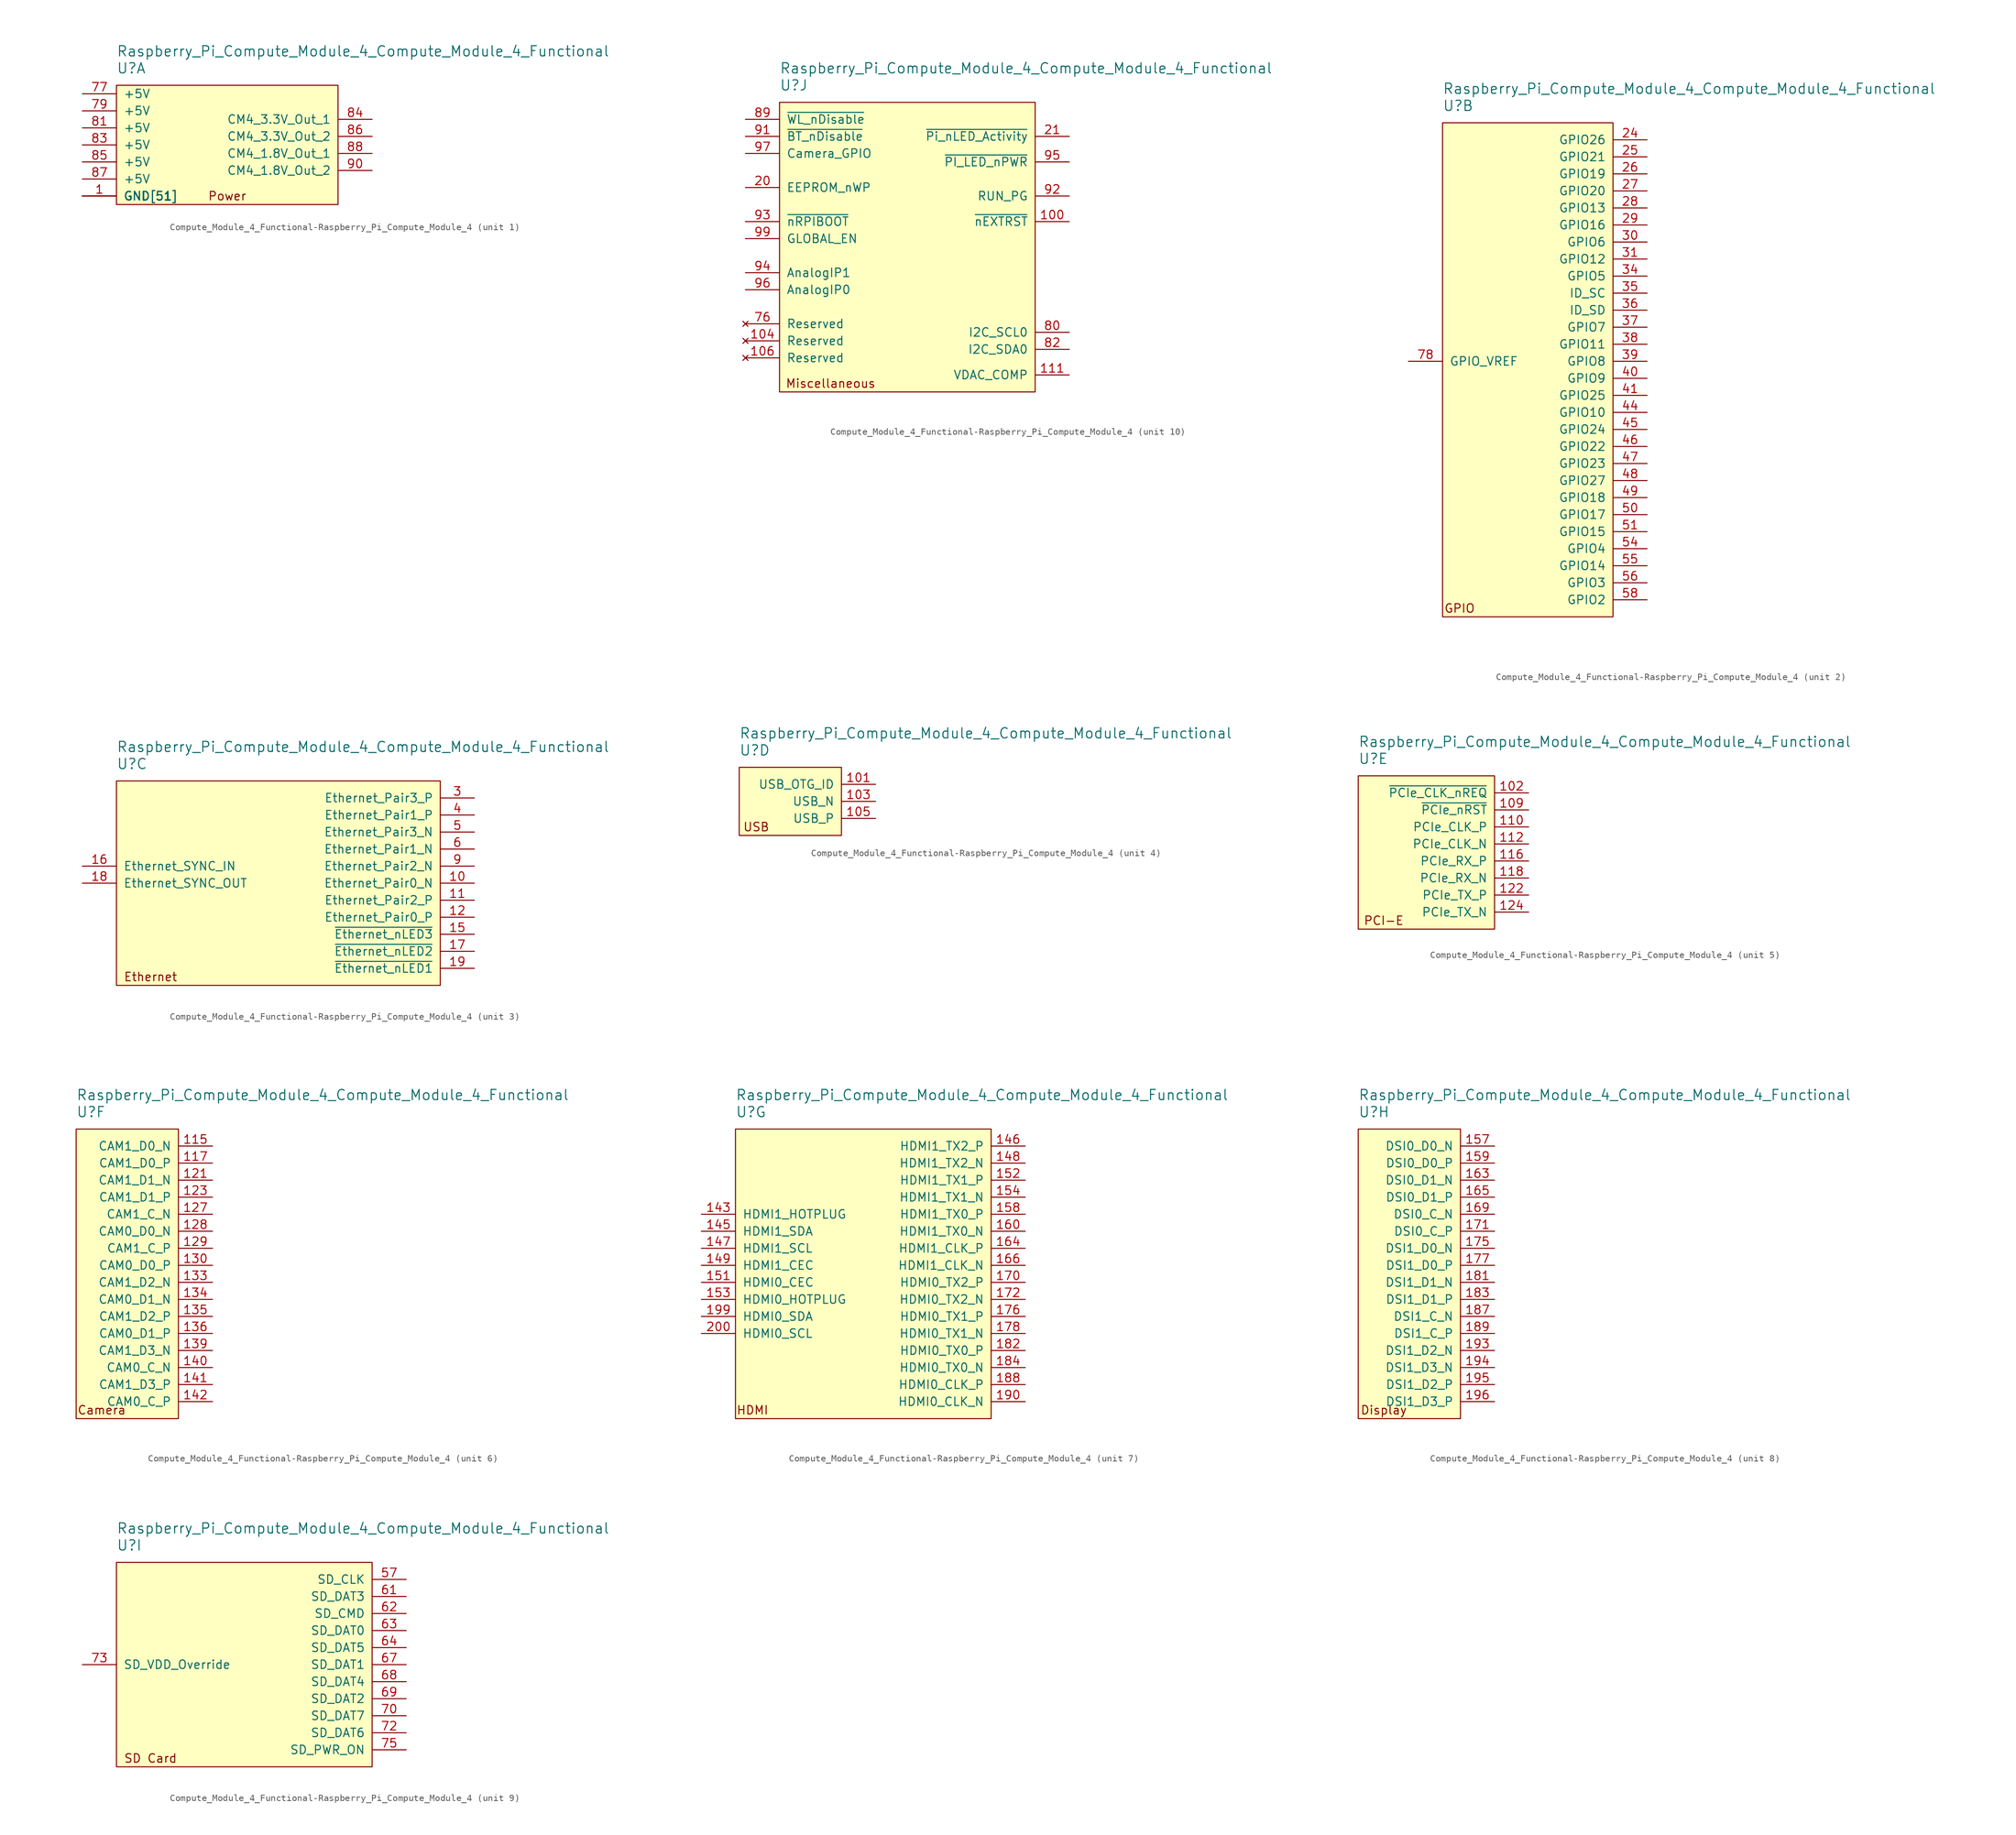
<source format=kicad_sym>
(kicad_symbol_lib
  (version 20220914)
  (generator kicad_symbol_editor)
  (symbol "Compute_Module_4_Functional-Raspberry_Pi_Compute_Module_4"
    (pin_names
      (offset 1.016))
    (property "Reference" "U"
      (at 5.08 5.08 0)
      (effects (font (size 1.524 1.524)) (justify left)))
    (property "Value" "Raspberry_Pi_Compute_Module_4_Compute_Module_4_Functional"
      (at 5.08 7.62 0)
      (effects (font (size 1.524 1.524)) (justify left)))
    (property "ki_locked" ""
      (at 0 0 0)
      (effects (font (size 1.27 1.27))))
    (symbol "Compute_Module_4_Functional-Raspberry_Pi_Compute_Module_4_1_0"
      (text "Power" (at 21.59 -13.97 0) (effects (font (size 1.27 1.27)))))
    (symbol "Compute_Module_4_Functional-Raspberry_Pi_Compute_Module_4_1_1"
      (rectangle (start 5.08 2.54) (end 38.1 -15.24) (stroke (width 0) (type solid)) (fill (type background)))
      (pin power_in line (at 0 -13.97 0) (length 5.08) (name "GND[51]" (effects (font (size 1.27 1.27)))) (number "1" (effects (font (size 1.27 1.27)))))
      (pin power_in line (at 0 -13.97 0) (length 5.08) (name "GND[51]" (effects (font (size 1.27 1.27)))) (number "107" (effects (font (size 0 0)))))
      (pin power_in line (at 0 -13.97 0) (length 5.08) (name "GND[51]" (effects (font (size 1.27 1.27)))) (number "108" (effects (font (size 0 0)))))
      (pin power_in line (at 0 -13.97 0) (length 5.08) (name "GND[51]" (effects (font (size 1.27 1.27)))) (number "113" (effects (font (size 0 0)))))
      (pin power_in line (at 0 -13.97 0) (length 5.08) (name "GND[51]" (effects (font (size 1.27 1.27)))) (number "114" (effects (font (size 0 0)))))
      (pin power_in line (at 0 -13.97 0) (length 5.08) (name "GND[51]" (effects (font (size 1.27 1.27)))) (number "119" (effects (font (size 0 0)))))
      (pin power_in line (at 0 -13.97 0) (length 5.08) (name "GND[51]" (effects (font (size 1.27 1.27)))) (number "120" (effects (font (size 0 0)))))
      (pin power_in line (at 0 -13.97 0) (length 5.08) (name "GND[51]" (effects (font (size 1.27 1.27)))) (number "125" (effects (font (size 0 0)))))
      (pin power_in line (at 0 -13.97 0) (length 5.08) (name "GND[51]" (effects (font (size 1.27 1.27)))) (number "126" (effects (font (size 0 0)))))
      (pin power_in line (at 0 -13.97 0) (length 5.08) (name "GND[51]" (effects (font (size 1.27 1.27)))) (number "13" (effects (font (size 0 0)))))
      (pin power_in line (at 0 -13.97 0) (length 5.08) (name "GND[51]" (effects (font (size 1.27 1.27)))) (number "131" (effects (font (size 0 0)))))
      (pin power_in line (at 0 -13.97 0) (length 5.08) (name "GND[51]" (effects (font (size 1.27 1.27)))) (number "132" (effects (font (size 0 0)))))
      (pin power_in line (at 0 -13.97 0) (length 5.08) (name "GND[51]" (effects (font (size 1.27 1.27)))) (number "137" (effects (font (size 0 0)))))
      (pin power_in line (at 0 -13.97 0) (length 5.08) (name "GND[51]" (effects (font (size 1.27 1.27)))) (number "138" (effects (font (size 0 0)))))
      (pin power_in line (at 0 -13.97 0) (length 5.08) (name "GND[51]" (effects (font (size 1.27 1.27)))) (number "14" (effects (font (size 0 0)))))
      (pin power_in line (at 0 -13.97 0) (length 5.08) (name "GND[51]" (effects (font (size 1.27 1.27)))) (number "144" (effects (font (size 0 0)))))
      (pin power_in line (at 0 -13.97 0) (length 5.08) (name "GND[51]" (effects (font (size 1.27 1.27)))) (number "150" (effects (font (size 0 0)))))
      (pin power_in line (at 0 -13.97 0) (length 5.08) (name "GND[51]" (effects (font (size 1.27 1.27)))) (number "155" (effects (font (size 0 0)))))
      (pin power_in line (at 0 -13.97 0) (length 5.08) (name "GND[51]" (effects (font (size 1.27 1.27)))) (number "156" (effects (font (size 0 0)))))
      (pin power_in line (at 0 -13.97 0) (length 5.08) (name "GND[51]" (effects (font (size 1.27 1.27)))) (number "161" (effects (font (size 0 0)))))
      (pin power_in line (at 0 -13.97 0) (length 5.08) (name "GND[51]" (effects (font (size 1.27 1.27)))) (number "162" (effects (font (size 0 0)))))
      (pin power_in line (at 0 -13.97 0) (length 5.08) (name "GND[51]" (effects (font (size 1.27 1.27)))) (number "167" (effects (font (size 0 0)))))
      (pin power_in line (at 0 -13.97 0) (length 5.08) (name "GND[51]" (effects (font (size 1.27 1.27)))) (number "168" (effects (font (size 0 0)))))
      (pin power_in line (at 0 -13.97 0) (length 5.08) (name "GND[51]" (effects (font (size 1.27 1.27)))) (number "173" (effects (font (size 0 0)))))
      (pin power_in line (at 0 -13.97 0) (length 5.08) (name "GND[51]" (effects (font (size 1.27 1.27)))) (number "174" (effects (font (size 0 0)))))
      (pin power_in line (at 0 -13.97 0) (length 5.08) (name "GND[51]" (effects (font (size 1.27 1.27)))) (number "179" (effects (font (size 0 0)))))
      (pin power_in line (at 0 -13.97 0) (length 5.08) (name "GND[51]" (effects (font (size 1.27 1.27)))) (number "180" (effects (font (size 0 0)))))
      (pin power_in line (at 0 -13.97 0) (length 5.08) (name "GND[51]" (effects (font (size 1.27 1.27)))) (number "185" (effects (font (size 0 0)))))
      (pin power_in line (at 0 -13.97 0) (length 5.08) (name "GND[51]" (effects (font (size 1.27 1.27)))) (number "186" (effects (font (size 0 0)))))
      (pin power_in line (at 0 -13.97 0) (length 5.08) (name "GND[51]" (effects (font (size 1.27 1.27)))) (number "191" (effects (font (size 0 0)))))
      (pin power_in line (at 0 -13.97 0) (length 5.08) (name "GND[51]" (effects (font (size 1.27 1.27)))) (number "192" (effects (font (size 0 0)))))
      (pin power_in line (at 0 -13.97 0) (length 5.08) (name "GND[51]" (effects (font (size 1.27 1.27)))) (number "197" (effects (font (size 0 0)))))
      (pin power_in line (at 0 -13.97 0) (length 5.08) (name "GND[51]" (effects (font (size 1.27 1.27)))) (number "198" (effects (font (size 0 0)))))
      (pin power_in line (at 0 -13.97 0) (length 5.08) (name "GND[51]" (effects (font (size 1.27 1.27)))) (number "2" (effects (font (size 0 0)))))
      (pin power_in line (at 0 -13.97 0) (length 5.08) (name "GND[51]" (effects (font (size 1.27 1.27)))) (number "22" (effects (font (size 0 0)))))
      (pin power_in line (at 0 -13.97 0) (length 5.08) (name "GND[51]" (effects (font (size 1.27 1.27)))) (number "23" (effects (font (size 0 0)))))
      (pin power_in line (at 0 -13.97 0) (length 5.08) (name "GND[51]" (effects (font (size 1.27 1.27)))) (number "32" (effects (font (size 0 0)))))
      (pin power_in line (at 0 -13.97 0) (length 5.08) (name "GND[51]" (effects (font (size 1.27 1.27)))) (number "33" (effects (font (size 0 0)))))
      (pin power_in line (at 0 -13.97 0) (length 5.08) (name "GND[51]" (effects (font (size 1.27 1.27)))) (number "42" (effects (font (size 0 0)))))
      (pin power_in line (at 0 -13.97 0) (length 5.08) (name "GND[51]" (effects (font (size 1.27 1.27)))) (number "43" (effects (font (size 0 0)))))
      (pin power_in line (at 0 -13.97 0) (length 5.08) (name "GND[51]" (effects (font (size 1.27 1.27)))) (number "52" (effects (font (size 0 0)))))
      (pin power_in line (at 0 -13.97 0) (length 5.08) (name "GND[51]" (effects (font (size 1.27 1.27)))) (number "53" (effects (font (size 0 0)))))
      (pin power_in line (at 0 -13.97 0) (length 5.08) (name "GND[51]" (effects (font (size 1.27 1.27)))) (number "59" (effects (font (size 0 0)))))
      (pin power_in line (at 0 -13.97 0) (length 5.08) (name "GND[51]" (effects (font (size 1.27 1.27)))) (number "60" (effects (font (size 0 0)))))
      (pin power_in line (at 0 -13.97 0) (length 5.08) (name "GND[51]" (effects (font (size 1.27 1.27)))) (number "65" (effects (font (size 0 0)))))
      (pin power_in line (at 0 -13.97 0) (length 5.08) (name "GND[51]" (effects (font (size 1.27 1.27)))) (number "66" (effects (font (size 0 0)))))
      (pin power_in line (at 0 -13.97 0) (length 5.08) (name "GND[51]" (effects (font (size 1.27 1.27)))) (number "7" (effects (font (size 0 0)))))
      (pin power_in line (at 0 -13.97 0) (length 5.08) (name "GND[51]" (effects (font (size 1.27 1.27)))) (number "71" (effects (font (size 0 0)))))
      (pin power_in line (at 0 -13.97 0) (length 5.08) (name "GND[51]" (effects (font (size 1.27 1.27)))) (number "74" (effects (font (size 0 0)))))
      (pin power_in line (at 0 1.27 0) (length 5.08) (name "+5V" (effects (font (size 1.27 1.27)))) (number "77" (effects (font (size 1.27 1.27)))))
      (pin power_in line (at 0 -1.27 0) (length 5.08) (name "+5V" (effects (font (size 1.27 1.27)))) (number "79" (effects (font (size 1.27 1.27)))))
      (pin power_in line (at 0 -13.97 0) (length 5.08) (name "GND[51]" (effects (font (size 1.27 1.27)))) (number "8" (effects (font (size 0 0)))))
      (pin power_in line (at 0 -3.81 0) (length 5.08) (name "+5V" (effects (font (size 1.27 1.27)))) (number "81" (effects (font (size 1.27 1.27)))))
      (pin power_in line (at 0 -6.35 0) (length 5.08) (name "+5V" (effects (font (size 1.27 1.27)))) (number "83" (effects (font (size 1.27 1.27)))))
      (pin power_out line (at 43.18 -2.54 180) (length 5.08) (name "CM4_3.3V_Out_1" (effects (font (size 1.27 1.27)))) (number "84" (effects (font (size 1.27 1.27)))))
      (pin power_in line (at 0 -8.89 0) (length 5.08) (name "+5V" (effects (font (size 1.27 1.27)))) (number "85" (effects (font (size 1.27 1.27)))))
      (pin power_out line (at 43.18 -5.08 180) (length 5.08) (name "CM4_3.3V_Out_2" (effects (font (size 1.27 1.27)))) (number "86" (effects (font (size 1.27 1.27)))))
      (pin power_in line (at 0 -11.43 0) (length 5.08) (name "+5V" (effects (font (size 1.27 1.27)))) (number "87" (effects (font (size 1.27 1.27)))))
      (pin power_out line (at 43.18 -7.62 180) (length 5.08) (name "CM4_1.8V_Out_1" (effects (font (size 1.27 1.27)))) (number "88" (effects (font (size 1.27 1.27)))))
      (pin power_out line (at 43.18 -10.16 180) (length 5.08) (name "CM4_1.8V_Out_2" (effects (font (size 1.27 1.27)))) (number "90" (effects (font (size 1.27 1.27)))))
      (pin power_in line (at 0 -13.97 0) (length 5.08) (name "GND[51]" (effects (font (size 1.27 1.27)))) (number "98" (effects (font (size 0 0))))))
    (symbol "Compute_Module_4_Functional-Raspberry_Pi_Compute_Module_4_2_0"
      (text "GPIO" (at 7.62 -69.85 0) (effects (font (size 1.27 1.27)))))
    (symbol "Compute_Module_4_Functional-Raspberry_Pi_Compute_Module_4_2_1"
      (rectangle (start 5.08 2.54) (end 30.48 -71.12) (stroke (width 0) (type solid)) (fill (type background)))
      (pin passive line (at 35.56 0 180) (length 5.08) (name "GPIO26" (effects (font (size 1.27 1.27)))) (number "24" (effects (font (size 1.27 1.27)))))
      (pin passive line (at 35.56 -2.54 180) (length 5.08) (name "GPIO21" (effects (font (size 1.27 1.27)))) (number "25" (effects (font (size 1.27 1.27)))))
      (pin passive line (at 35.56 -5.08 180) (length 5.08) (name "GPIO19" (effects (font (size 1.27 1.27)))) (number "26" (effects (font (size 1.27 1.27)))))
      (pin passive line (at 35.56 -7.62 180) (length 5.08) (name "GPIO20" (effects (font (size 1.27 1.27)))) (number "27" (effects (font (size 1.27 1.27)))))
      (pin passive line (at 35.56 -10.16 180) (length 5.08) (name "GPIO13" (effects (font (size 1.27 1.27)))) (number "28" (effects (font (size 1.27 1.27)))))
      (pin passive line (at 35.56 -12.7 180) (length 5.08) (name "GPIO16" (effects (font (size 1.27 1.27)))) (number "29" (effects (font (size 1.27 1.27)))))
      (pin passive line (at 35.56 -15.24 180) (length 5.08) (name "GPIO6" (effects (font (size 1.27 1.27)))) (number "30" (effects (font (size 1.27 1.27)))))
      (pin passive line (at 35.56 -17.78 180) (length 5.08) (name "GPIO12" (effects (font (size 1.27 1.27)))) (number "31" (effects (font (size 1.27 1.27)))))
      (pin passive line (at 35.56 -20.32 180) (length 5.08) (name "GPIO5" (effects (font (size 1.27 1.27)))) (number "34" (effects (font (size 1.27 1.27)))))
      (pin passive line (at 35.56 -22.86 180) (length 5.08) (name "ID_SC" (effects (font (size 1.27 1.27)))) (number "35" (effects (font (size 1.27 1.27)))))
      (pin passive line (at 35.56 -25.4 180) (length 5.08) (name "ID_SD" (effects (font (size 1.27 1.27)))) (number "36" (effects (font (size 1.27 1.27)))))
      (pin passive line (at 35.56 -27.94 180) (length 5.08) (name "GPIO7" (effects (font (size 1.27 1.27)))) (number "37" (effects (font (size 1.27 1.27)))))
      (pin passive line (at 35.56 -30.48 180) (length 5.08) (name "GPIO11" (effects (font (size 1.27 1.27)))) (number "38" (effects (font (size 1.27 1.27)))))
      (pin passive line (at 35.56 -33.02 180) (length 5.08) (name "GPIO8" (effects (font (size 1.27 1.27)))) (number "39" (effects (font (size 1.27 1.27)))))
      (pin passive line (at 35.56 -35.56 180) (length 5.08) (name "GPIO9" (effects (font (size 1.27 1.27)))) (number "40" (effects (font (size 1.27 1.27)))))
      (pin passive line (at 35.56 -38.1 180) (length 5.08) (name "GPIO25" (effects (font (size 1.27 1.27)))) (number "41" (effects (font (size 1.27 1.27)))))
      (pin passive line (at 35.56 -40.64 180) (length 5.08) (name "GPIO10" (effects (font (size 1.27 1.27)))) (number "44" (effects (font (size 1.27 1.27)))))
      (pin passive line (at 35.56 -43.18 180) (length 5.08) (name "GPIO24" (effects (font (size 1.27 1.27)))) (number "45" (effects (font (size 1.27 1.27)))))
      (pin passive line (at 35.56 -45.72 180) (length 5.08) (name "GPIO22" (effects (font (size 1.27 1.27)))) (number "46" (effects (font (size 1.27 1.27)))))
      (pin passive line (at 35.56 -48.26 180) (length 5.08) (name "GPIO23" (effects (font (size 1.27 1.27)))) (number "47" (effects (font (size 1.27 1.27)))))
      (pin passive line (at 35.56 -50.8 180) (length 5.08) (name "GPIO27" (effects (font (size 1.27 1.27)))) (number "48" (effects (font (size 1.27 1.27)))))
      (pin passive line (at 35.56 -53.34 180) (length 5.08) (name "GPIO18" (effects (font (size 1.27 1.27)))) (number "49" (effects (font (size 1.27 1.27)))))
      (pin passive line (at 35.56 -55.88 180) (length 5.08) (name "GPIO17" (effects (font (size 1.27 1.27)))) (number "50" (effects (font (size 1.27 1.27)))))
      (pin passive line (at 35.56 -58.42 180) (length 5.08) (name "GPIO15" (effects (font (size 1.27 1.27)))) (number "51" (effects (font (size 1.27 1.27)))))
      (pin passive line (at 35.56 -60.96 180) (length 5.08) (name "GPIO4" (effects (font (size 1.27 1.27)))) (number "54" (effects (font (size 1.27 1.27)))))
      (pin passive line (at 35.56 -63.5 180) (length 5.08) (name "GPIO14" (effects (font (size 1.27 1.27)))) (number "55" (effects (font (size 1.27 1.27)))))
      (pin passive line (at 35.56 -66.04 180) (length 5.08) (name "GPIO3" (effects (font (size 1.27 1.27)))) (number "56" (effects (font (size 1.27 1.27)))))
      (pin passive line (at 35.56 -68.58 180) (length 5.08) (name "GPIO2" (effects (font (size 1.27 1.27)))) (number "58" (effects (font (size 1.27 1.27)))))
      (pin power_in line (at 0 -33.02 0) (length 5.08) (name "GPIO_VREF" (effects (font (size 1.27 1.27)))) (number "78" (effects (font (size 1.27 1.27))))))
    (symbol "Compute_Module_4_Functional-Raspberry_Pi_Compute_Module_4_3_0"
      (text "Ethernet" (at 10.16 -26.67 0) (effects (font (size 1.27 1.27)))))
    (symbol "Compute_Module_4_Functional-Raspberry_Pi_Compute_Module_4_3_1"
      (rectangle (start 5.08 2.54) (end 53.34 -27.94) (stroke (width 0) (type solid)) (fill (type background)))
      (pin passive line (at 58.42 -12.7 180) (length 5.08) (name "Ethernet_Pair0_N" (effects (font (size 1.27 1.27)))) (number "10" (effects (font (size 1.27 1.27)))))
      (pin passive line (at 58.42 -15.24 180) (length 5.08) (name "Ethernet_Pair2_P" (effects (font (size 1.27 1.27)))) (number "11" (effects (font (size 1.27 1.27)))))
      (pin passive line (at 58.42 -17.78 180) (length 5.08) (name "Ethernet_Pair0_P" (effects (font (size 1.27 1.27)))) (number "12" (effects (font (size 1.27 1.27)))))
      (pin output line (at 58.42 -20.32 180) (length 5.08) (name "~{Ethernet_nLED3}" (effects (font (size 1.27 1.27)))) (number "15" (effects (font (size 1.27 1.27)))))
      (pin input line (at 0 -10.16 0) (length 5.08) (name "Ethernet_SYNC_IN" (effects (font (size 1.27 1.27)))) (number "16" (effects (font (size 1.27 1.27)))))
      (pin output line (at 58.42 -22.86 180) (length 5.08) (name "~{Ethernet_nLED2}" (effects (font (size 1.27 1.27)))) (number "17" (effects (font (size 1.27 1.27)))))
      (pin input line (at 0 -12.7 0) (length 5.08) (name "Ethernet_SYNC_OUT" (effects (font (size 1.27 1.27)))) (number "18" (effects (font (size 1.27 1.27)))))
      (pin output line (at 58.42 -25.4 180) (length 5.08) (name "~{Ethernet_nLED1}" (effects (font (size 1.27 1.27)))) (number "19" (effects (font (size 1.27 1.27)))))
      (pin passive line (at 58.42 0 180) (length 5.08) (name "Ethernet_Pair3_P" (effects (font (size 1.27 1.27)))) (number "3" (effects (font (size 1.27 1.27)))))
      (pin passive line (at 58.42 -2.54 180) (length 5.08) (name "Ethernet_Pair1_P" (effects (font (size 1.27 1.27)))) (number "4" (effects (font (size 1.27 1.27)))))
      (pin passive line (at 58.42 -5.08 180) (length 5.08) (name "Ethernet_Pair3_N" (effects (font (size 1.27 1.27)))) (number "5" (effects (font (size 1.27 1.27)))))
      (pin passive line (at 58.42 -7.62 180) (length 5.08) (name "Ethernet_Pair1_N" (effects (font (size 1.27 1.27)))) (number "6" (effects (font (size 1.27 1.27)))))
      (pin passive line (at 58.42 -10.16 180) (length 5.08) (name "Ethernet_Pair2_N" (effects (font (size 1.27 1.27)))) (number "9" (effects (font (size 1.27 1.27))))))
    (symbol "Compute_Module_4_Functional-Raspberry_Pi_Compute_Module_4_4_0"
      (text "USB" (at 7.62 -6.35 0) (effects (font (size 1.27 1.27)))))
    (symbol "Compute_Module_4_Functional-Raspberry_Pi_Compute_Module_4_4_1"
      (rectangle (start 5.08 2.54) (end 20.32 -7.62) (stroke (width 0) (type solid)) (fill (type background)))
      (pin input line (at 25.4 0 180) (length 5.08) (name "USB_OTG_ID" (effects (font (size 1.27 1.27)))) (number "101" (effects (font (size 1.27 1.27)))))
      (pin passive line (at 25.4 -2.54 180) (length 5.08) (name "USB_N" (effects (font (size 1.27 1.27)))) (number "103" (effects (font (size 1.27 1.27)))))
      (pin passive line (at 25.4 -5.08 180) (length 5.08) (name "USB_P" (effects (font (size 1.27 1.27)))) (number "105" (effects (font (size 1.27 1.27))))))
    (symbol "Compute_Module_4_Functional-Raspberry_Pi_Compute_Module_4_5_0"
      (text "PCI-E" (at 8.89 -19.05 0) (effects (font (size 1.27 1.27)))))
    (symbol "Compute_Module_4_Functional-Raspberry_Pi_Compute_Module_4_5_1"
      (rectangle (start 5.08 2.54) (end 25.4 -20.32) (stroke (width 0) (type solid)) (fill (type background)))
      (pin input line (at 30.48 0 180) (length 5.08) (name "~{PCIe_CLK_nREQ}" (effects (font (size 1.27 1.27)))) (number "102" (effects (font (size 1.27 1.27)))))
      (pin output line (at 30.48 -2.54 180) (length 5.08) (name "~{PCIe_nRST}" (effects (font (size 1.27 1.27)))) (number "109" (effects (font (size 1.27 1.27)))))
      (pin output line (at 30.48 -5.08 180) (length 5.08) (name "PCIe_CLK_P" (effects (font (size 1.27 1.27)))) (number "110" (effects (font (size 1.27 1.27)))))
      (pin output line (at 30.48 -7.62 180) (length 5.08) (name "PCIe_CLK_N" (effects (font (size 1.27 1.27)))) (number "112" (effects (font (size 1.27 1.27)))))
      (pin input line (at 30.48 -10.16 180) (length 5.08) (name "PCIe_RX_P" (effects (font (size 1.27 1.27)))) (number "116" (effects (font (size 1.27 1.27)))))
      (pin input line (at 30.48 -12.7 180) (length 5.08) (name "PCIe_RX_N" (effects (font (size 1.27 1.27)))) (number "118" (effects (font (size 1.27 1.27)))))
      (pin output line (at 30.48 -15.24 180) (length 5.08) (name "PCIe_TX_P" (effects (font (size 1.27 1.27)))) (number "122" (effects (font (size 1.27 1.27)))))
      (pin output line (at 30.48 -17.78 180) (length 5.08) (name "PCIe_TX_N" (effects (font (size 1.27 1.27)))) (number "124" (effects (font (size 1.27 1.27))))))
    (symbol "Compute_Module_4_Functional-Raspberry_Pi_Compute_Module_4_6_0"
      (text "Camera" (at 8.89 -39.37 0) (effects (font (size 1.27 1.27)))))
    (symbol "Compute_Module_4_Functional-Raspberry_Pi_Compute_Module_4_6_1"
      (rectangle (start 5.08 2.54) (end 20.32 -40.64) (stroke (width 0) (type solid)) (fill (type background)))
      (pin input line (at 25.4 0 180) (length 5.08) (name "CAM1_D0_N" (effects (font (size 1.27 1.27)))) (number "115" (effects (font (size 1.27 1.27)))))
      (pin input line (at 25.4 -2.54 180) (length 5.08) (name "CAM1_D0_P" (effects (font (size 1.27 1.27)))) (number "117" (effects (font (size 1.27 1.27)))))
      (pin input line (at 25.4 -5.08 180) (length 5.08) (name "CAM1_D1_N" (effects (font (size 1.27 1.27)))) (number "121" (effects (font (size 1.27 1.27)))))
      (pin input line (at 25.4 -7.62 180) (length 5.08) (name "CAM1_D1_P" (effects (font (size 1.27 1.27)))) (number "123" (effects (font (size 1.27 1.27)))))
      (pin input line (at 25.4 -10.16 180) (length 5.08) (name "CAM1_C_N" (effects (font (size 1.27 1.27)))) (number "127" (effects (font (size 1.27 1.27)))))
      (pin input line (at 25.4 -12.7 180) (length 5.08) (name "CAM0_D0_N" (effects (font (size 1.27 1.27)))) (number "128" (effects (font (size 1.27 1.27)))))
      (pin input line (at 25.4 -15.24 180) (length 5.08) (name "CAM1_C_P" (effects (font (size 1.27 1.27)))) (number "129" (effects (font (size 1.27 1.27)))))
      (pin input line (at 25.4 -17.78 180) (length 5.08) (name "CAM0_D0_P" (effects (font (size 1.27 1.27)))) (number "130" (effects (font (size 1.27 1.27)))))
      (pin input line (at 25.4 -20.32 180) (length 5.08) (name "CAM1_D2_N" (effects (font (size 1.27 1.27)))) (number "133" (effects (font (size 1.27 1.27)))))
      (pin input line (at 25.4 -22.86 180) (length 5.08) (name "CAM0_D1_N" (effects (font (size 1.27 1.27)))) (number "134" (effects (font (size 1.27 1.27)))))
      (pin input line (at 25.4 -25.4 180) (length 5.08) (name "CAM1_D2_P" (effects (font (size 1.27 1.27)))) (number "135" (effects (font (size 1.27 1.27)))))
      (pin input line (at 25.4 -27.94 180) (length 5.08) (name "CAM0_D1_P" (effects (font (size 1.27 1.27)))) (number "136" (effects (font (size 1.27 1.27)))))
      (pin input line (at 25.4 -30.48 180) (length 5.08) (name "CAM1_D3_N" (effects (font (size 1.27 1.27)))) (number "139" (effects (font (size 1.27 1.27)))))
      (pin input line (at 25.4 -33.02 180) (length 5.08) (name "CAM0_C_N" (effects (font (size 1.27 1.27)))) (number "140" (effects (font (size 1.27 1.27)))))
      (pin input line (at 25.4 -35.56 180) (length 5.08) (name "CAM1_D3_P" (effects (font (size 1.27 1.27)))) (number "141" (effects (font (size 1.27 1.27)))))
      (pin input line (at 25.4 -38.1 180) (length 5.08) (name "CAM0_C_P" (effects (font (size 1.27 1.27)))) (number "142" (effects (font (size 1.27 1.27))))))
    (symbol "Compute_Module_4_Functional-Raspberry_Pi_Compute_Module_4_7_0"
      (text "HDMI" (at 7.62 -39.37 0) (effects (font (size 1.27 1.27)))))
    (symbol "Compute_Module_4_Functional-Raspberry_Pi_Compute_Module_4_7_1"
      (rectangle (start 5.08 2.54) (end 43.18 -40.64) (stroke (width 0) (type solid)) (fill (type background)))
      (pin input line (at 0 -10.16 0) (length 5.08) (name "HDMI1_HOTPLUG" (effects (font (size 1.27 1.27)))) (number "143" (effects (font (size 1.27 1.27)))))
      (pin bidirectional line (at 0 -12.7 0) (length 5.08) (name "HDMI1_SDA" (effects (font (size 1.27 1.27)))) (number "145" (effects (font (size 1.27 1.27)))))
      (pin output line (at 48.26 0 180) (length 5.08) (name "HDMI1_TX2_P" (effects (font (size 1.27 1.27)))) (number "146" (effects (font (size 1.27 1.27)))))
      (pin open_collector line (at 0 -15.24 0) (length 5.08) (name "HDMI1_SCL" (effects (font (size 1.27 1.27)))) (number "147" (effects (font (size 1.27 1.27)))))
      (pin output line (at 48.26 -2.54 180) (length 5.08) (name "HDMI1_TX2_N" (effects (font (size 1.27 1.27)))) (number "148" (effects (font (size 1.27 1.27)))))
      (pin open_collector line (at 0 -17.78 0) (length 5.08) (name "HDMI1_CEC" (effects (font (size 1.27 1.27)))) (number "149" (effects (font (size 1.27 1.27)))))
      (pin open_collector line (at 0 -20.32 0) (length 5.08) (name "HDMI0_CEC" (effects (font (size 1.27 1.27)))) (number "151" (effects (font (size 1.27 1.27)))))
      (pin output line (at 48.26 -5.08 180) (length 5.08) (name "HDMI1_TX1_P" (effects (font (size 1.27 1.27)))) (number "152" (effects (font (size 1.27 1.27)))))
      (pin input line (at 0 -22.86 0) (length 5.08) (name "HDMI0_HOTPLUG" (effects (font (size 1.27 1.27)))) (number "153" (effects (font (size 1.27 1.27)))))
      (pin output line (at 48.26 -7.62 180) (length 5.08) (name "HDMI1_TX1_N" (effects (font (size 1.27 1.27)))) (number "154" (effects (font (size 1.27 1.27)))))
      (pin output line (at 48.26 -10.16 180) (length 5.08) (name "HDMI1_TX0_P" (effects (font (size 1.27 1.27)))) (number "158" (effects (font (size 1.27 1.27)))))
      (pin output line (at 48.26 -12.7 180) (length 5.08) (name "HDMI1_TX0_N" (effects (font (size 1.27 1.27)))) (number "160" (effects (font (size 1.27 1.27)))))
      (pin output line (at 48.26 -15.24 180) (length 5.08) (name "HDMI1_CLK_P" (effects (font (size 1.27 1.27)))) (number "164" (effects (font (size 1.27 1.27)))))
      (pin output line (at 48.26 -17.78 180) (length 5.08) (name "HDMI1_CLK_N" (effects (font (size 1.27 1.27)))) (number "166" (effects (font (size 1.27 1.27)))))
      (pin output line (at 48.26 -20.32 180) (length 5.08) (name "HDMI0_TX2_P" (effects (font (size 1.27 1.27)))) (number "170" (effects (font (size 1.27 1.27)))))
      (pin output line (at 48.26 -22.86 180) (length 5.08) (name "HDMI0_TX2_N" (effects (font (size 1.27 1.27)))) (number "172" (effects (font (size 1.27 1.27)))))
      (pin output line (at 48.26 -25.4 180) (length 5.08) (name "HDMI0_TX1_P" (effects (font (size 1.27 1.27)))) (number "176" (effects (font (size 1.27 1.27)))))
      (pin output line (at 48.26 -27.94 180) (length 5.08) (name "HDMI0_TX1_N" (effects (font (size 1.27 1.27)))) (number "178" (effects (font (size 1.27 1.27)))))
      (pin output line (at 48.26 -30.48 180) (length 5.08) (name "HDMI0_TX0_P" (effects (font (size 1.27 1.27)))) (number "182" (effects (font (size 1.27 1.27)))))
      (pin output line (at 48.26 -33.02 180) (length 5.08) (name "HDMI0_TX0_N" (effects (font (size 1.27 1.27)))) (number "184" (effects (font (size 1.27 1.27)))))
      (pin output line (at 48.26 -35.56 180) (length 5.08) (name "HDMI0_CLK_P" (effects (font (size 1.27 1.27)))) (number "188" (effects (font (size 1.27 1.27)))))
      (pin output line (at 48.26 -38.1 180) (length 5.08) (name "HDMI0_CLK_N" (effects (font (size 1.27 1.27)))) (number "190" (effects (font (size 1.27 1.27)))))
      (pin bidirectional line (at 0 -25.4 0) (length 5.08) (name "HDMI0_SDA" (effects (font (size 1.27 1.27)))) (number "199" (effects (font (size 1.27 1.27)))))
      (pin open_collector line (at 0 -27.94 0) (length 5.08) (name "HDMI0_SCL" (effects (font (size 1.27 1.27)))) (number "200" (effects (font (size 1.27 1.27))))))
    (symbol "Compute_Module_4_Functional-Raspberry_Pi_Compute_Module_4_8_0"
      (text "Display" (at 8.89 -39.37 0) (effects (font (size 1.27 1.27)))))
    (symbol "Compute_Module_4_Functional-Raspberry_Pi_Compute_Module_4_8_1"
      (rectangle (start 5.08 2.54) (end 20.32 -40.64) (stroke (width 0) (type solid)) (fill (type background)))
      (pin output line (at 25.4 0 180) (length 5.08) (name "DSI0_D0_N" (effects (font (size 1.27 1.27)))) (number "157" (effects (font (size 1.27 1.27)))))
      (pin output line (at 25.4 -2.54 180) (length 5.08) (name "DSI0_D0_P" (effects (font (size 1.27 1.27)))) (number "159" (effects (font (size 1.27 1.27)))))
      (pin output line (at 25.4 -5.08 180) (length 5.08) (name "DSI0_D1_N" (effects (font (size 1.27 1.27)))) (number "163" (effects (font (size 1.27 1.27)))))
      (pin output line (at 25.4 -7.62 180) (length 5.08) (name "DSI0_D1_P" (effects (font (size 1.27 1.27)))) (number "165" (effects (font (size 1.27 1.27)))))
      (pin output line (at 25.4 -10.16 180) (length 5.08) (name "DSI0_C_N" (effects (font (size 1.27 1.27)))) (number "169" (effects (font (size 1.27 1.27)))))
      (pin output line (at 25.4 -12.7 180) (length 5.08) (name "DSI0_C_P" (effects (font (size 1.27 1.27)))) (number "171" (effects (font (size 1.27 1.27)))))
      (pin output line (at 25.4 -15.24 180) (length 5.08) (name "DSI1_D0_N" (effects (font (size 1.27 1.27)))) (number "175" (effects (font (size 1.27 1.27)))))
      (pin output line (at 25.4 -17.78 180) (length 5.08) (name "DSI1_D0_P" (effects (font (size 1.27 1.27)))) (number "177" (effects (font (size 1.27 1.27)))))
      (pin output line (at 25.4 -20.32 180) (length 5.08) (name "DSI1_D1_N" (effects (font (size 1.27 1.27)))) (number "181" (effects (font (size 1.27 1.27)))))
      (pin output line (at 25.4 -22.86 180) (length 5.08) (name "DSI1_D1_P" (effects (font (size 1.27 1.27)))) (number "183" (effects (font (size 1.27 1.27)))))
      (pin output line (at 25.4 -25.4 180) (length 5.08) (name "DSI1_C_N" (effects (font (size 1.27 1.27)))) (number "187" (effects (font (size 1.27 1.27)))))
      (pin output line (at 25.4 -27.94 180) (length 5.08) (name "DSI1_C_P" (effects (font (size 1.27 1.27)))) (number "189" (effects (font (size 1.27 1.27)))))
      (pin output line (at 25.4 -30.48 180) (length 5.08) (name "DSI1_D2_N" (effects (font (size 1.27 1.27)))) (number "193" (effects (font (size 1.27 1.27)))))
      (pin output line (at 25.4 -33.02 180) (length 5.08) (name "DSI1_D3_N" (effects (font (size 1.27 1.27)))) (number "194" (effects (font (size 1.27 1.27)))))
      (pin output line (at 25.4 -35.56 180) (length 5.08) (name "DSI1_D2_P" (effects (font (size 1.27 1.27)))) (number "195" (effects (font (size 1.27 1.27)))))
      (pin output line (at 25.4 -38.1 180) (length 5.08) (name "DSI1_D3_P" (effects (font (size 1.27 1.27)))) (number "196" (effects (font (size 1.27 1.27))))))
    (symbol "Compute_Module_4_Functional-Raspberry_Pi_Compute_Module_4_9_0"
      (text "SD Card" (at 10.16 -26.67 0) (effects (font (size 1.27 1.27)))))
    (symbol "Compute_Module_4_Functional-Raspberry_Pi_Compute_Module_4_9_1"
      (rectangle (start 5.08 2.54) (end 43.18 -27.94) (stroke (width 0) (type solid)) (fill (type background)))
      (pin passive line (at 48.26 0 180) (length 5.08) (name "SD_CLK" (effects (font (size 1.27 1.27)))) (number "57" (effects (font (size 1.27 1.27)))))
      (pin passive line (at 48.26 -2.54 180) (length 5.08) (name "SD_DAT3" (effects (font (size 1.27 1.27)))) (number "61" (effects (font (size 1.27 1.27)))))
      (pin passive line (at 48.26 -5.08 180) (length 5.08) (name "SD_CMD" (effects (font (size 1.27 1.27)))) (number "62" (effects (font (size 1.27 1.27)))))
      (pin passive line (at 48.26 -7.62 180) (length 5.08) (name "SD_DAT0" (effects (font (size 1.27 1.27)))) (number "63" (effects (font (size 1.27 1.27)))))
      (pin passive line (at 48.26 -10.16 180) (length 5.08) (name "SD_DAT5" (effects (font (size 1.27 1.27)))) (number "64" (effects (font (size 1.27 1.27)))))
      (pin passive line (at 48.26 -12.7 180) (length 5.08) (name "SD_DAT1" (effects (font (size 1.27 1.27)))) (number "67" (effects (font (size 1.27 1.27)))))
      (pin passive line (at 48.26 -15.24 180) (length 5.08) (name "SD_DAT4" (effects (font (size 1.27 1.27)))) (number "68" (effects (font (size 1.27 1.27)))))
      (pin passive line (at 48.26 -17.78 180) (length 5.08) (name "SD_DAT2" (effects (font (size 1.27 1.27)))) (number "69" (effects (font (size 1.27 1.27)))))
      (pin passive line (at 48.26 -20.32 180) (length 5.08) (name "SD_DAT7" (effects (font (size 1.27 1.27)))) (number "70" (effects (font (size 1.27 1.27)))))
      (pin passive line (at 48.26 -22.86 180) (length 5.08) (name "SD_DAT6" (effects (font (size 1.27 1.27)))) (number "72" (effects (font (size 1.27 1.27)))))
      (pin input line (at 0 -12.7 0) (length 5.08) (name "SD_VDD_Override" (effects (font (size 1.27 1.27)))) (number "73" (effects (font (size 1.27 1.27)))))
      (pin output line (at 48.26 -25.4 180) (length 5.08) (name "SD_PWR_ON" (effects (font (size 1.27 1.27)))) (number "75" (effects (font (size 1.27 1.27))))))
    (symbol "Compute_Module_4_Functional-Raspberry_Pi_Compute_Module_4_10_0"
      (text "Miscellaneous" (at 12.7 -39.37 0) (effects (font (size 1.27 1.27)))))
    (symbol "Compute_Module_4_Functional-Raspberry_Pi_Compute_Module_4_10_1"
      (rectangle (start 5.08 2.54) (end 43.18 -40.64) (stroke (width 0) (type solid)) (fill (type background)))
      (pin output line (at 48.26 -15.24 180) (length 5.08) (name "~{nEXTRST}" (effects (font (size 1.27 1.27)))) (number "100" (effects (font (size 1.27 1.27)))))
      (pin no_connect line (at 0 -33.02 0) (length 5.08) (name "Reserved" (effects (font (size 1.27 1.27)))) (number "104" (effects (font (size 1.27 1.27)))))
      (pin no_connect line (at 0 -35.56 0) (length 5.08) (name "Reserved" (effects (font (size 1.27 1.27)))) (number "106" (effects (font (size 1.27 1.27)))))
      (pin output line (at 48.26 -38.1 180) (length 5.08) (name "VDAC_COMP" (effects (font (size 1.27 1.27)))) (number "111" (effects (font (size 1.27 1.27)))))
      (pin input line (at 0 -10.16 0) (length 5.08) (name "EEPROM_nWP" (effects (font (size 1.27 1.27)))) (number "20" (effects (font (size 1.27 1.27)))))
      (pin open_collector line (at 48.26 -2.54 180) (length 5.08) (name "~{Pi_nLED_Activity}" (effects (font (size 1.27 1.27)))) (number "21" (effects (font (size 1.27 1.27)))))
      (pin no_connect line (at 0 -30.48 0) (length 5.08) (name "Reserved" (effects (font (size 1.27 1.27)))) (number "76" (effects (font (size 1.27 1.27)))))
      (pin bidirectional line (at 48.26 -31.75 180) (length 5.08) (name "I2C_SCL0" (effects (font (size 1.27 1.27)))) (number "80" (effects (font (size 1.27 1.27)))))
      (pin bidirectional line (at 48.26 -34.29 180) (length 5.08) (name "I2C_SDA0" (effects (font (size 1.27 1.27)))) (number "82" (effects (font (size 1.27 1.27)))))
      (pin input line (at 0 0 0) (length 5.08) (name "~{WL_nDisable}" (effects (font (size 1.27 1.27)))) (number "89" (effects (font (size 1.27 1.27)))))
      (pin input line (at 0 -2.54 0) (length 5.08) (name "~{BT_nDisable}" (effects (font (size 1.27 1.27)))) (number "91" (effects (font (size 1.27 1.27)))))
      (pin passive line (at 48.26 -11.43 180) (length 5.08) (name "RUN_PG" (effects (font (size 1.27 1.27)))) (number "92" (effects (font (size 1.27 1.27)))))
      (pin input line (at 0 -15.24 0) (length 5.08) (name "~{nRPIBOOT}" (effects (font (size 1.27 1.27)))) (number "93" (effects (font (size 1.27 1.27)))))
      (pin passive line (at 0 -22.86 0) (length 5.08) (name "AnalogIP1" (effects (font (size 1.27 1.27)))) (number "94" (effects (font (size 1.27 1.27)))))
      (pin output line (at 48.26 -6.35 180) (length 5.08) (name "~{PI_LED_nPWR}" (effects (font (size 1.27 1.27)))) (number "95" (effects (font (size 1.27 1.27)))))
      (pin passive line (at 0 -25.4 0) (length 5.08) (name "AnalogIP0" (effects (font (size 1.27 1.27)))) (number "96" (effects (font (size 1.27 1.27)))))
      (pin input line (at 0 -5.08 0) (length 5.08) (name "Camera_GPIO" (effects (font (size 1.27 1.27)))) (number "97" (effects (font (size 1.27 1.27)))))
      (pin input line (at 0 -17.78 0) (length 5.08) (name "GLOBAL_EN" (effects (font (size 1.27 1.27)))) (number "99" (effects (font (size 1.27 1.27))))))))
</source>
